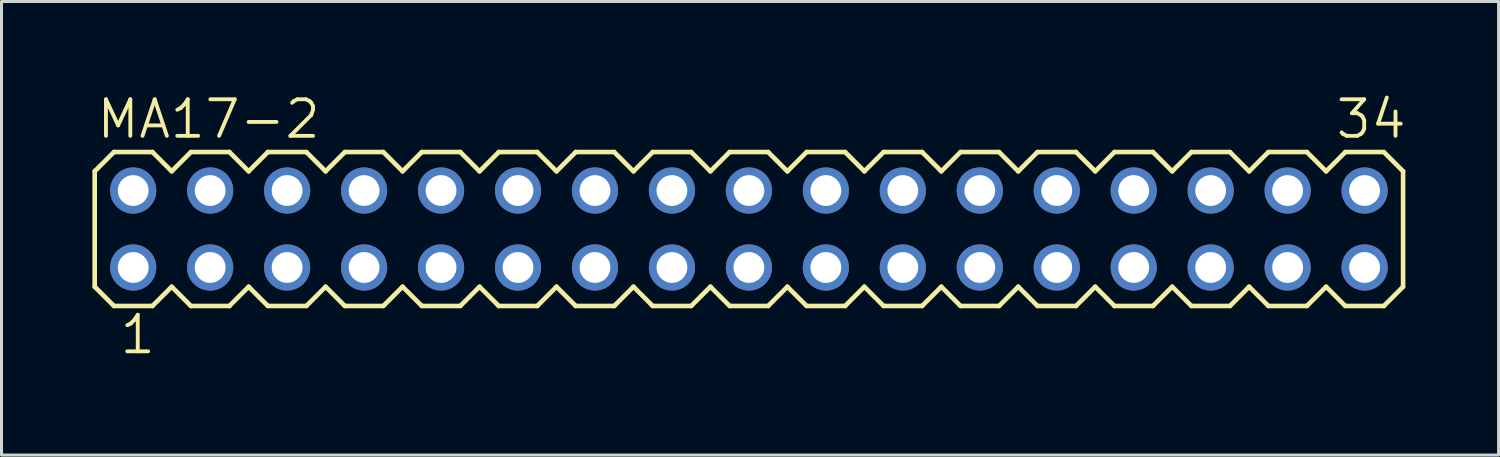
<source format=kicad_pcb>
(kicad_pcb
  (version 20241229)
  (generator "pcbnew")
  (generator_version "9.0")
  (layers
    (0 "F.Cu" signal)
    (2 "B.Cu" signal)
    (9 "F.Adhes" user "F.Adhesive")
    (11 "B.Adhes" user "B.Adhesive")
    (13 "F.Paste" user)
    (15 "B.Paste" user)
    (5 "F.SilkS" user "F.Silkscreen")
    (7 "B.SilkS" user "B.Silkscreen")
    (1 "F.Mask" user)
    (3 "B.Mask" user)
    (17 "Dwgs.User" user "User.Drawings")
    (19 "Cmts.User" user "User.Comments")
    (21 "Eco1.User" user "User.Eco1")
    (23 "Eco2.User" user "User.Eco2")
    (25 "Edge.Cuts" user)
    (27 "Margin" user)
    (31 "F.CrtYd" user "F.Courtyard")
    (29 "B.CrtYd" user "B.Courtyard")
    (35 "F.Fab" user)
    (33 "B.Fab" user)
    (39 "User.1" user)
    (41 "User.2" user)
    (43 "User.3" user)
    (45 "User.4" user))
  (footprint "MA17-2"
    (layer "F.Cu")
    (at 21.666 4.508)
    (property "Reference" "MA17-2" (at -21.59 -2.921 0) (layer "F.SilkS") (effects (font (size 1.206 1.206) (thickness 0.127)) (justify left bottom)))
    (attr through_hole)
    (fp_line (start -21.59 -1.905) (end -21.59 1.905) (stroke (width 0.152) (type solid)) (layer "F.SilkS"))
    (fp_line (start -21.59 1.905) (end -20.955 2.54) (stroke (width 0.152) (type solid)) (layer "F.SilkS"))
    (fp_line (start -20.955 -2.54) (end -21.59 -1.905) (stroke (width 0.152) (type solid)) (layer "F.SilkS"))
    (fp_line (start -20.955 -2.54) (end -19.685 -2.54) (stroke (width 0.152) (type solid)) (layer "F.SilkS"))
    (fp_line (start -19.685 -2.54) (end -19.05 -1.905) (stroke (width 0.152) (type solid)) (layer "F.SilkS"))
    (fp_line (start -19.685 2.54) (end -20.955 2.54) (stroke (width 0.152) (type solid)) (layer "F.SilkS"))
    (fp_line (start -19.05 -1.905) (end -18.415 -2.54) (stroke (width 0.152) (type solid)) (layer "F.SilkS"))
    (fp_line (start -19.05 1.905) (end -19.685 2.54) (stroke (width 0.152) (type solid)) (layer "F.SilkS"))
    (fp_line (start -18.415 -2.54) (end -17.145 -2.54) (stroke (width 0.152) (type solid)) (layer "F.SilkS"))
    (fp_line (start -18.415 2.54) (end -19.05 1.905) (stroke (width 0.152) (type solid)) (layer "F.SilkS"))
    (fp_line (start -17.145 -2.54) (end -16.51 -1.905) (stroke (width 0.152) (type solid)) (layer "F.SilkS"))
    (fp_line (start -17.145 2.54) (end -18.415 2.54) (stroke (width 0.152) (type solid)) (layer "F.SilkS"))
    (fp_line (start -16.51 -1.905) (end -15.875 -2.54) (stroke (width 0.152) (type solid)) (layer "F.SilkS"))
    (fp_line (start -16.51 1.905) (end -17.145 2.54) (stroke (width 0.152) (type solid)) (layer "F.SilkS"))
    (fp_line (start -15.875 -2.54) (end -14.605 -2.54) (stroke (width 0.152) (type solid)) (layer "F.SilkS"))
    (fp_line (start -15.875 2.54) (end -16.51 1.905) (stroke (width 0.152) (type solid)) (layer "F.SilkS"))
    (fp_line (start -14.605 -2.54) (end -13.97 -1.905) (stroke (width 0.152) (type solid)) (layer "F.SilkS"))
    (fp_line (start -14.605 2.54) (end -15.875 2.54) (stroke (width 0.152) (type solid)) (layer "F.SilkS"))
    (fp_line (start -13.97 1.905) (end -14.605 2.54) (stroke (width 0.152) (type solid)) (layer "F.SilkS"))
    (fp_line (start -13.97 1.905) (end -13.335 2.54) (stroke (width 0.152) (type solid)) (layer "F.SilkS"))
    (fp_line (start -13.335 -2.54) (end -13.97 -1.905) (stroke (width 0.152) (type solid)) (layer "F.SilkS"))
    (fp_line (start -13.335 -2.54) (end -12.065 -2.54) (stroke (width 0.152) (type solid)) (layer "F.SilkS"))
    (fp_line (start -12.065 -2.54) (end -11.43 -1.905) (stroke (width 0.152) (type solid)) (layer "F.SilkS"))
    (fp_line (start -12.065 2.54) (end -13.335 2.54) (stroke (width 0.152) (type solid)) (layer "F.SilkS"))
    (fp_line (start -11.43 -1.905) (end -10.795 -2.54) (stroke (width 0.152) (type solid)) (layer "F.SilkS"))
    (fp_line (start -11.43 1.905) (end -12.065 2.54) (stroke (width 0.152) (type solid)) (layer "F.SilkS"))
    (fp_line (start -10.795 -2.54) (end -9.525 -2.54) (stroke (width 0.152) (type solid)) (layer "F.SilkS"))
    (fp_line (start -10.795 2.54) (end -11.43 1.905) (stroke (width 0.152) (type solid)) (layer "F.SilkS"))
    (fp_line (start -9.525 -2.54) (end -8.89 -1.905) (stroke (width 0.152) (type solid)) (layer "F.SilkS"))
    (fp_line (start -9.525 2.54) (end -10.795 2.54) (stroke (width 0.152) (type solid)) (layer "F.SilkS"))
    (fp_line (start -8.89 -1.905) (end -8.255 -2.54) (stroke (width 0.152) (type solid)) (layer "F.SilkS"))
    (fp_line (start -8.89 1.905) (end -9.525 2.54) (stroke (width 0.152) (type solid)) (layer "F.SilkS"))
    (fp_line (start -8.255 -2.54) (end -6.985 -2.54) (stroke (width 0.152) (type solid)) (layer "F.SilkS"))
    (fp_line (start -8.255 2.54) (end -8.89 1.905) (stroke (width 0.152) (type solid)) (layer "F.SilkS"))
    (fp_line (start -6.985 -2.54) (end -6.35 -1.905) (stroke (width 0.152) (type solid)) (layer "F.SilkS"))
    (fp_line (start -6.985 2.54) (end -8.255 2.54) (stroke (width 0.152) (type solid)) (layer "F.SilkS"))
    (fp_line (start -6.35 -1.905) (end -5.715 -2.54) (stroke (width 0.152) (type solid)) (layer "F.SilkS"))
    (fp_line (start -6.35 1.905) (end -6.985 2.54) (stroke (width 0.152) (type solid)) (layer "F.SilkS"))
    (fp_line (start -5.715 -2.54) (end -4.445 -2.54) (stroke (width 0.152) (type solid)) (layer "F.SilkS"))
    (fp_line (start -5.715 2.54) (end -6.35 1.905) (stroke (width 0.152) (type solid)) (layer "F.SilkS"))
    (fp_line (start -4.445 -2.54) (end -3.81 -1.905) (stroke (width 0.152) (type solid)) (layer "F.SilkS"))
    (fp_line (start -4.445 2.54) (end -5.715 2.54) (stroke (width 0.152) (type solid)) (layer "F.SilkS"))
    (fp_line (start -3.81 1.905) (end -4.445 2.54) (stroke (width 0.152) (type solid)) (layer "F.SilkS"))
    (fp_line (start -3.81 1.905) (end -3.175 2.54) (stroke (width 0.152) (type solid)) (layer "F.SilkS"))
    (fp_line (start -3.175 -2.54) (end -3.81 -1.905) (stroke (width 0.152) (type solid)) (layer "F.SilkS"))
    (fp_line (start -3.175 -2.54) (end -1.905 -2.54) (stroke (width 0.152) (type solid)) (layer "F.SilkS"))
    (fp_line (start -1.905 -2.54) (end -1.27 -1.905) (stroke (width 0.152) (type solid)) (layer "F.SilkS"))
    (fp_line (start -1.905 2.54) (end -3.175 2.54) (stroke (width 0.152) (type solid)) (layer "F.SilkS"))
    (fp_line (start -1.27 -1.905) (end -0.635 -2.54) (stroke (width 0.152) (type solid)) (layer "F.SilkS"))
    (fp_line (start -1.27 1.905) (end -1.905 2.54) (stroke (width 0.152) (type solid)) (layer "F.SilkS"))
    (fp_line (start -0.635 -2.54) (end 0.635 -2.54) (stroke (width 0.152) (type solid)) (layer "F.SilkS"))
    (fp_line (start -0.635 2.54) (end -1.27 1.905) (stroke (width 0.152) (type solid)) (layer "F.SilkS"))
    (fp_line (start 0.635 -2.54) (end 1.27 -1.905) (stroke (width 0.152) (type solid)) (layer "F.SilkS"))
    (fp_line (start 0.635 2.54) (end -0.635 2.54) (stroke (width 0.152) (type solid)) (layer "F.SilkS"))
    (fp_line (start 1.27 -1.905) (end 1.905 -2.54) (stroke (width 0.152) (type solid)) (layer "F.SilkS"))
    (fp_line (start 1.27 1.905) (end 0.635 2.54) (stroke (width 0.152) (type solid)) (layer "F.SilkS"))
    (fp_line (start 1.905 -2.54) (end 3.175 -2.54) (stroke (width 0.152) (type solid)) (layer "F.SilkS"))
    (fp_line (start 1.905 2.54) (end 1.27 1.905) (stroke (width 0.152) (type solid)) (layer "F.SilkS"))
    (fp_line (start 3.175 -2.54) (end 3.81 -1.905) (stroke (width 0.152) (type solid)) (layer "F.SilkS"))
    (fp_line (start 3.175 2.54) (end 1.905 2.54) (stroke (width 0.152) (type solid)) (layer "F.SilkS"))
    (fp_line (start 3.81 1.905) (end 3.175 2.54) (stroke (width 0.152) (type solid)) (layer "F.SilkS"))
    (fp_line (start 3.81 1.905) (end 4.445 2.54) (stroke (width 0.152) (type solid)) (layer "F.SilkS"))
    (fp_line (start 4.445 -2.54) (end 3.81 -1.905) (stroke (width 0.152) (type solid)) (layer "F.SilkS"))
    (fp_line (start 4.445 -2.54) (end 5.715 -2.54) (stroke (width 0.152) (type solid)) (layer "F.SilkS"))
    (fp_line (start 5.715 -2.54) (end 6.35 -1.905) (stroke (width 0.152) (type solid)) (layer "F.SilkS"))
    (fp_line (start 5.715 2.54) (end 4.445 2.54) (stroke (width 0.152) (type solid)) (layer "F.SilkS"))
    (fp_line (start 6.35 -1.905) (end 6.985 -2.54) (stroke (width 0.152) (type solid)) (layer "F.SilkS"))
    (fp_line (start 6.35 1.905) (end 5.715 2.54) (stroke (width 0.152) (type solid)) (layer "F.SilkS"))
    (fp_line (start 6.985 -2.54) (end 8.255 -2.54) (stroke (width 0.152) (type solid)) (layer "F.SilkS"))
    (fp_line (start 6.985 2.54) (end 6.35 1.905) (stroke (width 0.152) (type solid)) (layer "F.SilkS"))
    (fp_line (start 8.255 -2.54) (end 8.89 -1.905) (stroke (width 0.152) (type solid)) (layer "F.SilkS"))
    (fp_line (start 8.255 2.54) (end 6.985 2.54) (stroke (width 0.152) (type solid)) (layer "F.SilkS"))
    (fp_line (start 8.89 -1.905) (end 9.525 -2.54) (stroke (width 0.152) (type solid)) (layer "F.SilkS"))
    (fp_line (start 8.89 1.905) (end 8.255 2.54) (stroke (width 0.152) (type solid)) (layer "F.SilkS"))
    (fp_line (start 9.525 -2.54) (end 10.795 -2.54) (stroke (width 0.152) (type solid)) (layer "F.SilkS"))
    (fp_line (start 9.525 2.54) (end 8.89 1.905) (stroke (width 0.152) (type solid)) (layer "F.SilkS"))
    (fp_line (start 10.795 -2.54) (end 11.43 -1.905) (stroke (width 0.152) (type solid)) (layer "F.SilkS"))
    (fp_line (start 10.795 2.54) (end 9.525 2.54) (stroke (width 0.152) (type solid)) (layer "F.SilkS"))
    (fp_line (start 11.43 -1.905) (end 12.065 -2.54) (stroke (width 0.152) (type solid)) (layer "F.SilkS"))
    (fp_line (start 11.43 1.905) (end 10.795 2.54) (stroke (width 0.152) (type solid)) (layer "F.SilkS"))
    (fp_line (start 12.065 -2.54) (end 13.335 -2.54) (stroke (width 0.152) (type solid)) (layer "F.SilkS"))
    (fp_line (start 12.065 2.54) (end 11.43 1.905) (stroke (width 0.152) (type solid)) (layer "F.SilkS"))
    (fp_line (start 13.335 -2.54) (end 13.97 -1.905) (stroke (width 0.152) (type solid)) (layer "F.SilkS"))
    (fp_line (start 13.335 2.54) (end 12.065 2.54) (stroke (width 0.152) (type solid)) (layer "F.SilkS"))
    (fp_line (start 13.97 1.905) (end 13.335 2.54) (stroke (width 0.152) (type solid)) (layer "F.SilkS"))
    (fp_line (start 13.97 1.905) (end 14.605 2.54) (stroke (width 0.152) (type solid)) (layer "F.SilkS"))
    (fp_line (start 14.605 -2.54) (end 13.97 -1.905) (stroke (width 0.152) (type solid)) (layer "F.SilkS"))
    (fp_line (start 14.605 -2.54) (end 15.875 -2.54) (stroke (width 0.152) (type solid)) (layer "F.SilkS"))
    (fp_line (start 15.875 -2.54) (end 16.51 -1.905) (stroke (width 0.152) (type solid)) (layer "F.SilkS"))
    (fp_line (start 15.875 2.54) (end 14.605 2.54) (stroke (width 0.152) (type solid)) (layer "F.SilkS"))
    (fp_line (start 16.51 -1.905) (end 17.145 -2.54) (stroke (width 0.152) (type solid)) (layer "F.SilkS"))
    (fp_line (start 16.51 1.905) (end 15.875 2.54) (stroke (width 0.152) (type solid)) (layer "F.SilkS"))
    (fp_line (start 17.145 -2.54) (end 18.415 -2.54) (stroke (width 0.152) (type solid)) (layer "F.SilkS"))
    (fp_line (start 17.145 2.54) (end 16.51 1.905) (stroke (width 0.152) (type solid)) (layer "F.SilkS"))
    (fp_line (start 18.415 -2.54) (end 19.05 -1.905) (stroke (width 0.152) (type solid)) (layer "F.SilkS"))
    (fp_line (start 18.415 2.54) (end 17.145 2.54) (stroke (width 0.152) (type solid)) (layer "F.SilkS"))
    (fp_line (start 19.05 -1.905) (end 19.685 -2.54) (stroke (width 0.152) (type solid)) (layer "F.SilkS"))
    (fp_line (start 19.05 1.905) (end 18.415 2.54) (stroke (width 0.152) (type solid)) (layer "F.SilkS"))
    (fp_line (start 19.685 -2.54) (end 20.955 -2.54) (stroke (width 0.152) (type solid)) (layer "F.SilkS"))
    (fp_line (start 19.685 2.54) (end 19.05 1.905) (stroke (width 0.152) (type solid)) (layer "F.SilkS"))
    (fp_line (start 20.955 -2.54) (end 21.59 -1.905) (stroke (width 0.152) (type solid)) (layer "F.SilkS"))
    (fp_line (start 20.955 2.54) (end 19.685 2.54) (stroke (width 0.152) (type solid)) (layer "F.SilkS"))
    (fp_line (start 21.59 -1.905) (end 21.59 1.905) (stroke (width 0.152) (type solid)) (layer "F.SilkS"))
    (fp_line (start 21.59 1.905) (end 20.955 2.54) (stroke (width 0.152) (type solid)) (layer "F.SilkS"))
    (fp_poly (pts (xy -20.574 -1.016) (xy -20.066 -1.016) (xy -20.066 -1.524) (xy -20.574 -1.524)) (stroke (width 0.1) (type solid)) (fill no) (layer "F.Fab"))
    (fp_poly (pts (xy -20.574 1.524) (xy -20.066 1.524) (xy -20.066 1.016) (xy -20.574 1.016)) (stroke (width 0.1) (type solid)) (fill no) (layer "F.Fab"))
    (fp_poly (pts (xy -18.034 -1.016) (xy -17.526 -1.016) (xy -17.526 -1.524) (xy -18.034 -1.524)) (stroke (width 0.1) (type solid)) (fill no) (layer "F.Fab"))
    (fp_poly (pts (xy -18.034 1.524) (xy -17.526 1.524) (xy -17.526 1.016) (xy -18.034 1.016)) (stroke (width 0.1) (type solid)) (fill no) (layer "F.Fab"))
    (fp_poly (pts (xy -15.494 -1.016) (xy -14.986 -1.016) (xy -14.986 -1.524) (xy -15.494 -1.524)) (stroke (width 0.1) (type solid)) (fill no) (layer "F.Fab"))
    (fp_poly (pts (xy -15.494 1.524) (xy -14.986 1.524) (xy -14.986 1.016) (xy -15.494 1.016)) (stroke (width 0.1) (type solid)) (fill no) (layer "F.Fab"))
    (fp_poly (pts (xy -12.954 -1.016) (xy -12.446 -1.016) (xy -12.446 -1.524) (xy -12.954 -1.524)) (stroke (width 0.1) (type solid)) (fill no) (layer "F.Fab"))
    (fp_poly (pts (xy -12.954 1.524) (xy -12.446 1.524) (xy -12.446 1.016) (xy -12.954 1.016)) (stroke (width 0.1) (type solid)) (fill no) (layer "F.Fab"))
    (fp_poly (pts (xy -10.414 -1.016) (xy -9.906 -1.016) (xy -9.906 -1.524) (xy -10.414 -1.524)) (stroke (width 0.1) (type solid)) (fill no) (layer "F.Fab"))
    (fp_poly (pts (xy -10.414 1.524) (xy -9.906 1.524) (xy -9.906 1.016) (xy -10.414 1.016)) (stroke (width 0.1) (type solid)) (fill no) (layer "F.Fab"))
    (fp_poly (pts (xy -7.874 -1.016) (xy -7.366 -1.016) (xy -7.366 -1.524) (xy -7.874 -1.524)) (stroke (width 0.1) (type solid)) (fill no) (layer "F.Fab"))
    (fp_poly (pts (xy -7.874 1.524) (xy -7.366 1.524) (xy -7.366 1.016) (xy -7.874 1.016)) (stroke (width 0.1) (type solid)) (fill no) (layer "F.Fab"))
    (fp_poly (pts (xy -5.334 -1.016) (xy -4.826 -1.016) (xy -4.826 -1.524) (xy -5.334 -1.524)) (stroke (width 0.1) (type solid)) (fill no) (layer "F.Fab"))
    (fp_poly (pts (xy -5.334 1.524) (xy -4.826 1.524) (xy -4.826 1.016) (xy -5.334 1.016)) (stroke (width 0.1) (type solid)) (fill no) (layer "F.Fab"))
    (fp_poly (pts (xy -2.794 -1.016) (xy -2.286 -1.016) (xy -2.286 -1.524) (xy -2.794 -1.524)) (stroke (width 0.1) (type solid)) (fill no) (layer "F.Fab"))
    (fp_poly (pts (xy -2.794 1.524) (xy -2.286 1.524) (xy -2.286 1.016) (xy -2.794 1.016)) (stroke (width 0.1) (type solid)) (fill no) (layer "F.Fab"))
    (fp_poly (pts (xy -0.254 -1.016) (xy 0.254 -1.016) (xy 0.254 -1.524) (xy -0.254 -1.524)) (stroke (width 0.1) (type solid)) (fill no) (layer "F.Fab"))
    (fp_poly (pts (xy -0.254 1.524) (xy 0.254 1.524) (xy 0.254 1.016) (xy -0.254 1.016)) (stroke (width 0.1) (type solid)) (fill no) (layer "F.Fab"))
    (fp_poly (pts (xy 2.286 -1.016) (xy 2.794 -1.016) (xy 2.794 -1.524) (xy 2.286 -1.524)) (stroke (width 0.1) (type solid)) (fill no) (layer "F.Fab"))
    (fp_poly (pts (xy 2.286 1.524) (xy 2.794 1.524) (xy 2.794 1.016) (xy 2.286 1.016)) (stroke (width 0.1) (type solid)) (fill no) (layer "F.Fab"))
    (fp_poly (pts (xy 4.826 -1.016) (xy 5.334 -1.016) (xy 5.334 -1.524) (xy 4.826 -1.524)) (stroke (width 0.1) (type solid)) (fill no) (layer "F.Fab"))
    (fp_poly (pts (xy 4.826 1.524) (xy 5.334 1.524) (xy 5.334 1.016) (xy 4.826 1.016)) (stroke (width 0.1) (type solid)) (fill no) (layer "F.Fab"))
    (fp_poly (pts (xy 7.366 -1.016) (xy 7.874 -1.016) (xy 7.874 -1.524) (xy 7.366 -1.524)) (stroke (width 0.1) (type solid)) (fill no) (layer "F.Fab"))
    (fp_poly (pts (xy 7.366 1.524) (xy 7.874 1.524) (xy 7.874 1.016) (xy 7.366 1.016)) (stroke (width 0.1) (type solid)) (fill no) (layer "F.Fab"))
    (fp_poly (pts (xy 9.906 -1.016) (xy 10.414 -1.016) (xy 10.414 -1.524) (xy 9.906 -1.524)) (stroke (width 0.1) (type solid)) (fill no) (layer "F.Fab"))
    (fp_poly (pts (xy 9.906 1.524) (xy 10.414 1.524) (xy 10.414 1.016) (xy 9.906 1.016)) (stroke (width 0.1) (type solid)) (fill no) (layer "F.Fab"))
    (fp_poly (pts (xy 12.446 -1.016) (xy 12.954 -1.016) (xy 12.954 -1.524) (xy 12.446 -1.524)) (stroke (width 0.1) (type solid)) (fill no) (layer "F.Fab"))
    (fp_poly (pts (xy 12.446 1.524) (xy 12.954 1.524) (xy 12.954 1.016) (xy 12.446 1.016)) (stroke (width 0.1) (type solid)) (fill no) (layer "F.Fab"))
    (fp_poly (pts (xy 14.986 -1.016) (xy 15.494 -1.016) (xy 15.494 -1.524) (xy 14.986 -1.524)) (stroke (width 0.1) (type solid)) (fill no) (layer "F.Fab"))
    (fp_poly (pts (xy 14.986 1.524) (xy 15.494 1.524) (xy 15.494 1.016) (xy 14.986 1.016)) (stroke (width 0.1) (type solid)) (fill no) (layer "F.Fab"))
    (fp_poly (pts (xy 17.526 -1.016) (xy 18.034 -1.016) (xy 18.034 -1.524) (xy 17.526 -1.524)) (stroke (width 0.1) (type solid)) (fill no) (layer "F.Fab"))
    (fp_poly (pts (xy 17.526 1.524) (xy 18.034 1.524) (xy 18.034 1.016) (xy 17.526 1.016)) (stroke (width 0.1) (type solid)) (fill no) (layer "F.Fab"))
    (fp_poly (pts (xy 20.066 -1.016) (xy 20.574 -1.016) (xy 20.574 -1.524) (xy 20.066 -1.524)) (stroke (width 0.1) (type solid)) (fill no) (layer "F.Fab"))
    (fp_poly (pts (xy 20.066 1.524) (xy 20.574 1.524) (xy 20.574 1.016) (xy 20.066 1.016)) (stroke (width 0.1) (type solid)) (fill no) (layer "F.Fab"))
    (fp_text user "1" (at -20.828 4.191 0) (layer "F.SilkS") (effects (font (size 1.206 1.206) (thickness 0.127)) (justify left bottom)))
    (fp_text user "34" (at 19.304 -2.921 0) (layer "F.SilkS") (effects (font (size 1.206 1.206) (thickness 0.127)) (justify left bottom)))
    (pad "1" thru_hole circle (at -20.32 1.27) (size 1.524 1.524) (drill 1.016) (layers "*.Cu" "*.Mask"))
    (pad "2" thru_hole circle (at -20.32 -1.27) (size 1.524 1.524) (drill 1.016) (layers "*.Cu" "*.Mask"))
    (pad "3" thru_hole circle (at -17.78 1.27) (size 1.524 1.524) (drill 1.016) (layers "*.Cu" "*.Mask"))
    (pad "4" thru_hole circle (at -17.78 -1.27) (size 1.524 1.524) (drill 1.016) (layers "*.Cu" "*.Mask"))
    (pad "5" thru_hole circle (at -15.24 1.27) (size 1.524 1.524) (drill 1.016) (layers "*.Cu" "*.Mask"))
    (pad "6" thru_hole circle (at -15.24 -1.27) (size 1.524 1.524) (drill 1.016) (layers "*.Cu" "*.Mask"))
    (pad "7" thru_hole circle (at -12.7 1.27) (size 1.524 1.524) (drill 1.016) (layers "*.Cu" "*.Mask"))
    (pad "8" thru_hole circle (at -12.7 -1.27) (size 1.524 1.524) (drill 1.016) (layers "*.Cu" "*.Mask"))
    (pad "9" thru_hole circle (at -10.16 1.27) (size 1.524 1.524) (drill 1.016) (layers "*.Cu" "*.Mask"))
    (pad "10" thru_hole circle (at -10.16 -1.27) (size 1.524 1.524) (drill 1.016) (layers "*.Cu" "*.Mask"))
    (pad "11" thru_hole circle (at -7.62 1.27) (size 1.524 1.524) (drill 1.016) (layers "*.Cu" "*.Mask"))
    (pad "12" thru_hole circle (at -7.62 -1.27) (size 1.524 1.524) (drill 1.016) (layers "*.Cu" "*.Mask"))
    (pad "13" thru_hole circle (at -5.08 1.27) (size 1.524 1.524) (drill 1.016) (layers "*.Cu" "*.Mask"))
    (pad "14" thru_hole circle (at -5.08 -1.27) (size 1.524 1.524) (drill 1.016) (layers "*.Cu" "*.Mask"))
    (pad "15" thru_hole circle (at -2.54 1.27) (size 1.524 1.524) (drill 1.016) (layers "*.Cu" "*.Mask"))
    (pad "16" thru_hole circle (at -2.54 -1.27) (size 1.524 1.524) (drill 1.016) (layers "*.Cu" "*.Mask"))
    (pad "17" thru_hole circle (at 0 1.27) (size 1.524 1.524) (drill 1.016) (layers "*.Cu" "*.Mask"))
    (pad "18" thru_hole circle (at 0 -1.27) (size 1.524 1.524) (drill 1.016) (layers "*.Cu" "*.Mask"))
    (pad "19" thru_hole circle (at 2.54 1.27) (size 1.524 1.524) (drill 1.016) (layers "*.Cu" "*.Mask"))
    (pad "20" thru_hole circle (at 2.54 -1.27) (size 1.524 1.524) (drill 1.016) (layers "*.Cu" "*.Mask"))
    (pad "21" thru_hole circle (at 5.08 1.27) (size 1.524 1.524) (drill 1.016) (layers "*.Cu" "*.Mask"))
    (pad "22" thru_hole circle (at 5.08 -1.27) (size 1.524 1.524) (drill 1.016) (layers "*.Cu" "*.Mask"))
    (pad "23" thru_hole circle (at 7.62 1.27) (size 1.524 1.524) (drill 1.016) (layers "*.Cu" "*.Mask"))
    (pad "24" thru_hole circle (at 7.62 -1.27) (size 1.524 1.524) (drill 1.016) (layers "*.Cu" "*.Mask"))
    (pad "25" thru_hole circle (at 10.16 1.27) (size 1.524 1.524) (drill 1.016) (layers "*.Cu" "*.Mask"))
    (pad "26" thru_hole circle (at 10.16 -1.27) (size 1.524 1.524) (drill 1.016) (layers "*.Cu" "*.Mask"))
    (pad "27" thru_hole circle (at 12.7 1.27) (size 1.524 1.524) (drill 1.016) (layers "*.Cu" "*.Mask"))
    (pad "28" thru_hole circle (at 12.7 -1.27) (size 1.524 1.524) (drill 1.016) (layers "*.Cu" "*.Mask"))
    (pad "29" thru_hole circle (at 15.24 1.27) (size 1.524 1.524) (drill 1.016) (layers "*.Cu" "*.Mask"))
    (pad "30" thru_hole circle (at 15.24 -1.27) (size 1.524 1.524) (drill 1.016) (layers "*.Cu" "*.Mask"))
    (pad "31" thru_hole circle (at 17.78 1.27) (size 1.524 1.524) (drill 1.016) (layers "*.Cu" "*.Mask"))
    (pad "32" thru_hole circle (at 17.78 -1.27) (size 1.524 1.524) (drill 1.016) (layers "*.Cu" "*.Mask"))
    (pad "33" thru_hole circle (at 20.32 1.27) (size 1.524 1.524) (drill 1.016) (layers "*.Cu" "*.Mask"))
    (pad "34" thru_hole circle (at 20.32 -1.27) (size 1.524 1.524) (drill 1.016) (layers "*.Cu" "*.Mask")))
  (gr_rect
    (start -3 -3)
    (end 46.408 11.969)
    (stroke (width 0.1) (type default))
    (fill no)
    (layer "Edge.Cuts")))
</source>
